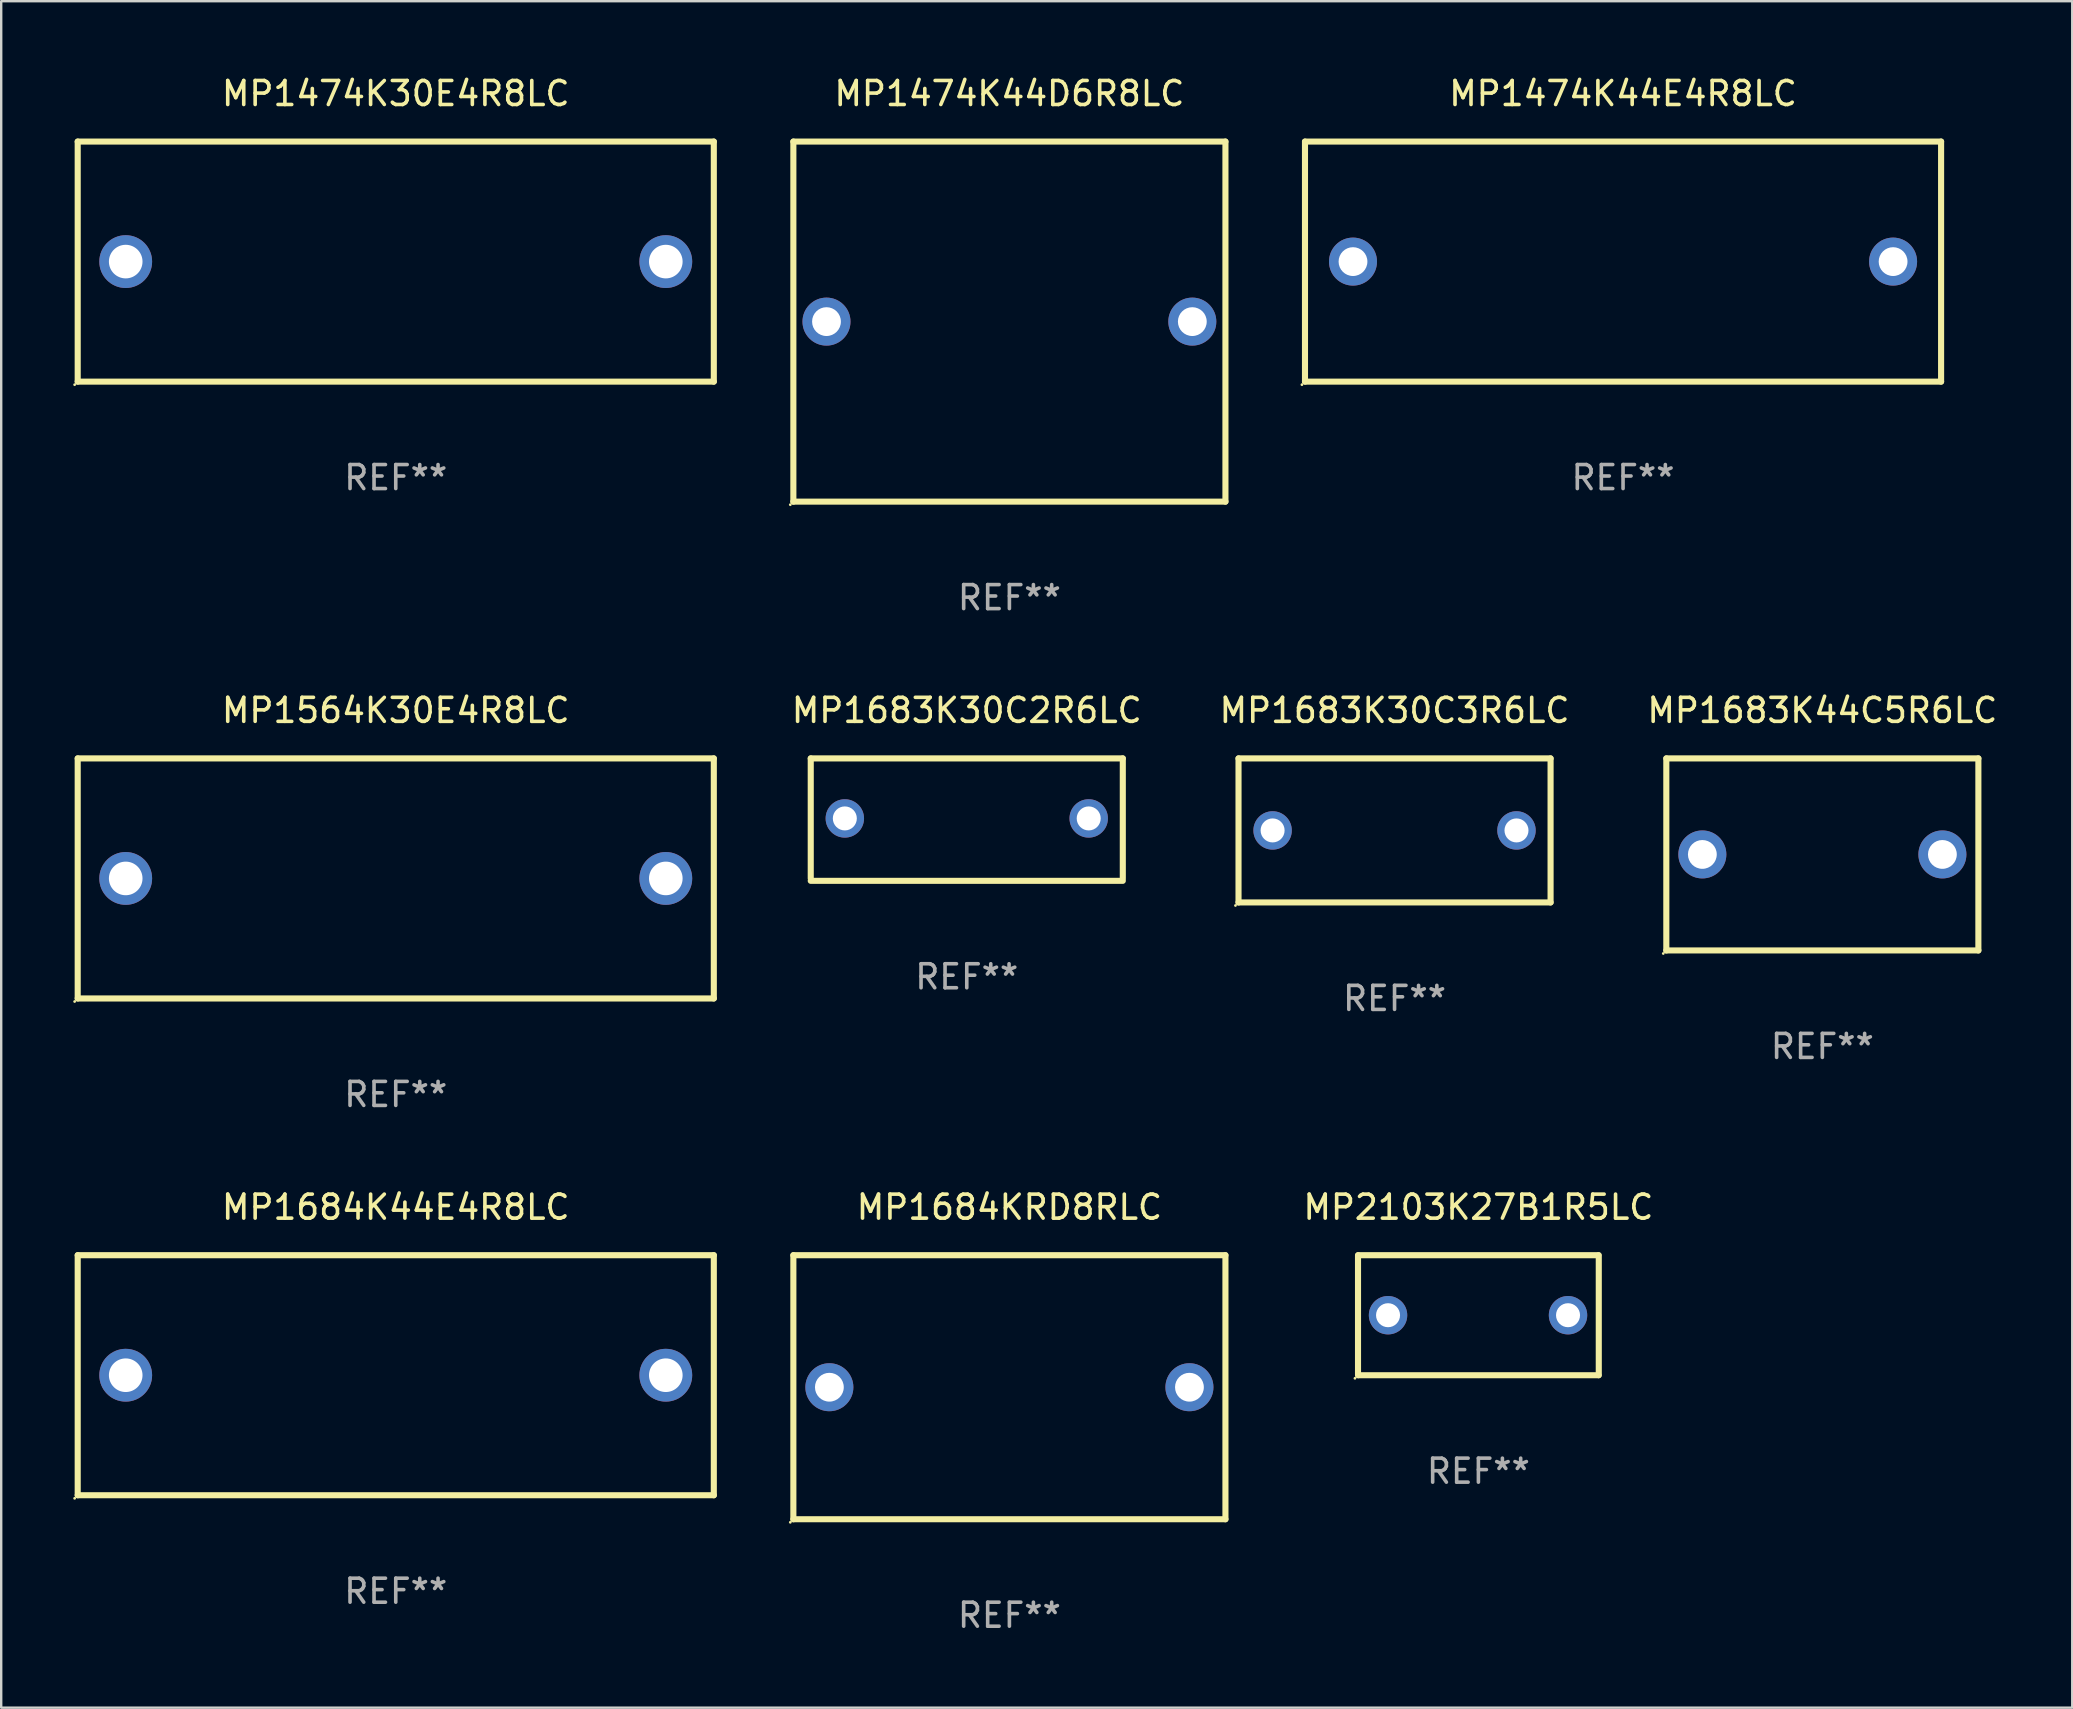
<source format=kicad_pcb>
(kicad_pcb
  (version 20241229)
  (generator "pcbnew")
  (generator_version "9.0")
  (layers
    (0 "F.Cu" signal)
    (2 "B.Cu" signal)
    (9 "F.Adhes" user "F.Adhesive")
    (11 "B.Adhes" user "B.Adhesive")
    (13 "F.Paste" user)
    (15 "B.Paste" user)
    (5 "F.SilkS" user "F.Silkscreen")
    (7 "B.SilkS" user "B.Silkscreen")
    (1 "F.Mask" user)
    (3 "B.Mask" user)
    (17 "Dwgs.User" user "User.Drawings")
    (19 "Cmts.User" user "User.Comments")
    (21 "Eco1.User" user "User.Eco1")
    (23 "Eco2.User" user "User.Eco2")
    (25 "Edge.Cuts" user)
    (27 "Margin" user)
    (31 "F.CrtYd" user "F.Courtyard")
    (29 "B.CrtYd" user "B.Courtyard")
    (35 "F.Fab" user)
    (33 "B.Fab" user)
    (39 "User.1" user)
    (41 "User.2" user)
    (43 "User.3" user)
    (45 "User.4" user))
  (footprint "MP1684K44E4R8LC"
    (layer "F.Cu")
    (at 13.437 54.241)
    (property "Reference" "MP1684K44E4R8LC" (at 0 -7 0) (layer "F.SilkS") (effects (font (size 1 1) (thickness 0.15))))
    (attr through_hole)
    (fp_line (start -13.25 -5) (end 13.25 -5) (stroke (width 0.254) (type solid)) (layer "F.SilkS"))
    (fp_line (start -13.25 5) (end -13.25 -5) (stroke (width 0.254) (type solid)) (layer "F.SilkS"))
    (fp_line (start 13.25 -5) (end 13.25 5) (stroke (width 0.254) (type solid)) (layer "F.SilkS"))
    (fp_line (start 13.25 5) (end -13.25 5) (stroke (width 0.254) (type solid)) (layer "F.SilkS"))
    (fp_circle (center -13.377 5.127) (end -13.347 5.127) (stroke (width 0.06) (type solid)) (fill no) (layer "F.SilkS"))
    (fp_text user "REF**" (at 0 9 0) (layer "F.Fab") (effects (font (size 1 1) (thickness 0.15))))
    (pad "1" thru_hole circle (at -11.25 0) (size 2.2 2.2) (drill 1.4) (layers "*.Cu" "*.Mask"))
    (pad "2" thru_hole circle (at 11.25 0) (size 2.2 2.2) (drill 1.4) (layers "*.Cu" "*.Mask")))
  (footprint "MP1474K44E4R8LC"
    (layer "F.Cu")
    (at 64.565 7.848)
    (property "Reference" "MP1474K44E4R8LC" (at 0 -7 0) (layer "F.SilkS") (effects (font (size 1 1) (thickness 0.15))))
    (attr through_hole)
    (fp_line (start -13.25 -5) (end 13.25 -5) (stroke (width 0.254) (type solid)) (layer "F.SilkS"))
    (fp_line (start -13.25 5) (end -13.25 -5) (stroke (width 0.254) (type solid)) (layer "F.SilkS"))
    (fp_line (start 13.25 -5) (end 13.25 5) (stroke (width 0.254) (type solid)) (layer "F.SilkS"))
    (fp_line (start 13.25 5) (end -13.25 5) (stroke (width 0.254) (type solid)) (layer "F.SilkS"))
    (fp_circle (center -13.377 5.127) (end -13.347 5.127) (stroke (width 0.06) (type solid)) (fill no) (layer "F.SilkS"))
    (fp_text user "REF**" (at 0 9 0) (layer "F.Fab") (effects (font (size 1 1) (thickness 0.15))))
    (pad "1" thru_hole circle (at -11.25 0) (size 2 2) (drill 1.2) (layers "*.Cu" "*.Mask"))
    (pad "2" thru_hole circle (at 11.25 0) (size 2 2) (drill 1.2) (layers "*.Cu" "*.Mask")))
  (footprint "MP1684KRD8RLC"
    (layer "F.Cu")
    (at 39.001 54.741)
    (property "Reference" "MP1684KRD8RLC" (at 0 -7.5 0) (layer "F.SilkS") (effects (font (size 1 1) (thickness 0.15))))
    (attr through_hole)
    (fp_line (start -9 -5.5) (end 9 -5.5) (stroke (width 0.254) (type solid)) (layer "F.SilkS"))
    (fp_line (start -9 5.5) (end -9 -5.5) (stroke (width 0.254) (type solid)) (layer "F.SilkS"))
    (fp_line (start 9 -5.5) (end 9 5.5) (stroke (width 0.254) (type solid)) (layer "F.SilkS"))
    (fp_line (start 9 5.5) (end -9 5.5) (stroke (width 0.254) (type solid)) (layer "F.SilkS"))
    (fp_circle (center -9.127 5.627) (end -9.097 5.627) (stroke (width 0.06) (type solid)) (fill no) (layer "F.SilkS"))
    (fp_text user "REF**" (at 0 9.5 0) (layer "F.Fab") (effects (font (size 1 1) (thickness 0.15))))
    (pad "1" thru_hole circle (at -7.5 0) (size 2 2) (drill 1.2) (layers "*.Cu" "*.Mask"))
    (pad "2" thru_hole circle (at 7.5 0) (size 2 2) (drill 1.2) (layers "*.Cu" "*.Mask")))
  (footprint "MP2103K27B1R5LC"
    (layer "F.Cu")
    (at 58.539 51.741)
    (property "Reference" "MP2103K27B1R5LC" (at 0 -4.5 0) (layer "F.SilkS") (effects (font (size 1 1) (thickness 0.15))))
    (attr through_hole)
    (fp_line (start -5.015 2.5) (end -5.015 -2.5) (stroke (width 0.254) (type solid)) (layer "F.SilkS"))
    (fp_line (start -5.005 -2.5) (end 4.995 -2.5) (stroke (width 0.254) (type solid)) (layer "F.SilkS"))
    (fp_line (start 5.005 2.5) (end -4.995 2.5) (stroke (width 0.254) (type solid)) (layer "F.SilkS"))
    (fp_line (start 5.015 -2.5) (end 5.015 2.5) (stroke (width 0.254) (type solid)) (layer "F.SilkS"))
    (fp_circle (center -5.142 2.627) (end -5.112 2.627) (stroke (width 0.06) (type solid)) (fill no) (layer "F.SilkS"))
    (fp_text user "REF**" (at 0 6.5 0) (layer "F.Fab") (effects (font (size 1 1) (thickness 0.15))))
    (pad "1" thru_hole circle (at -3.764 0) (size 1.6 1.6) (drill 1) (layers "*.Cu" "*.Mask"))
    (pad "2" thru_hole circle (at 3.734 0) (size 1.6 1.6) (drill 1) (layers "*.Cu" "*.Mask")))
  (footprint "MP1683K30C3R6LC"
    (layer "F.Cu")
    (at 55.046 31.545)
    (property "Reference" "MP1683K30C3R6LC" (at 0 -5 0) (layer "F.SilkS") (effects (font (size 1 1) (thickness 0.15))))
    (attr through_hole)
    (fp_line (start -6.5 -3) (end 6.5 -3) (stroke (width 0.254) (type solid)) (layer "F.SilkS"))
    (fp_line (start -6.5 3) (end -6.5 -3) (stroke (width 0.254) (type solid)) (layer "F.SilkS"))
    (fp_line (start 6.5 -3) (end 6.5 3) (stroke (width 0.254) (type solid)) (layer "F.SilkS"))
    (fp_line (start 6.5 3) (end -6.5 3) (stroke (width 0.254) (type solid)) (layer "F.SilkS"))
    (fp_circle (center -6.627 3.127) (end -6.597 3.127) (stroke (width 0.06) (type solid)) (fill no) (layer "F.SilkS"))
    (fp_text user "REF**" (at 0 7 0) (layer "F.Fab") (effects (font (size 1 1) (thickness 0.15))))
    (pad "1" thru_hole circle (at -5.08 0) (size 1.6 1.6) (drill 1) (layers "*.Cu" "*.Mask"))
    (pad "2" thru_hole circle (at 5.08 0) (size 1.6 1.6) (drill 1) (layers "*.Cu" "*.Mask")))
  (footprint "MP1683K44C5R6LC"
    (layer "F.Cu")
    (at 72.868 32.545)
    (property "Reference" "MP1683K44C5R6LC" (at 0 -6 0) (layer "F.SilkS") (effects (font (size 1 1) (thickness 0.15))))
    (attr through_hole)
    (fp_line (start -6.5 -4) (end -6.5 4) (stroke (width 0.254) (type solid)) (layer "F.SilkS"))
    (fp_line (start -6.5 -4) (end 6.5 -4) (stroke (width 0.254) (type solid)) (layer "F.SilkS"))
    (fp_line (start 6.5 4) (end -6.5 4) (stroke (width 0.254) (type solid)) (layer "F.SilkS"))
    (fp_line (start 6.5 4) (end 6.5 -4) (stroke (width 0.254) (type solid)) (layer "F.SilkS"))
    (fp_circle (center -6.627 4.127) (end -6.597 4.127) (stroke (width 0.06) (type solid)) (fill no) (layer "F.SilkS"))
    (fp_text user "REF**" (at 0 8 0) (layer "F.Fab") (effects (font (size 1 1) (thickness 0.15))))
    (pad "1" thru_hole circle (at -4.999 0) (size 2 2) (drill 1.2) (layers "*.Cu" "*.Mask"))
    (pad "2" thru_hole circle (at 5.001 0) (size 2 2) (drill 1.2) (layers "*.Cu" "*.Mask")))
  (footprint "MP1474K30E4R8LC"
    (layer "F.Cu")
    (at 13.437 7.848)
    (property "Reference" "MP1474K30E4R8LC" (at 0 -7 0) (layer "F.SilkS") (effects (font (size 1 1) (thickness 0.15))))
    (attr through_hole)
    (fp_line (start -13.25 -5) (end 13.25 -5) (stroke (width 0.254) (type solid)) (layer "F.SilkS"))
    (fp_line (start -13.25 5) (end -13.25 -5) (stroke (width 0.254) (type solid)) (layer "F.SilkS"))
    (fp_line (start 13.25 -5) (end 13.25 5) (stroke (width 0.254) (type solid)) (layer "F.SilkS"))
    (fp_line (start 13.25 5) (end -13.25 5) (stroke (width 0.254) (type solid)) (layer "F.SilkS"))
    (fp_circle (center -13.377 5.127) (end -13.347 5.127) (stroke (width 0.06) (type solid)) (fill no) (layer "F.SilkS"))
    (fp_text user "REF**" (at 0 9 0) (layer "F.Fab") (effects (font (size 1 1) (thickness 0.15))))
    (pad "1" thru_hole circle (at -11.25 0) (size 2.2 2.2) (drill 1.4) (layers "*.Cu" "*.Mask"))
    (pad "2" thru_hole circle (at 11.25 0) (size 2.2 2.2) (drill 1.4) (layers "*.Cu" "*.Mask")))
  (footprint "MP1683K30C2R6LC"
    (layer "F.Cu")
    (at 37.225 31.095)
    (property "Reference" "MP1683K30C2R6LC" (at 0 -4.55 0) (layer "F.SilkS") (effects (font (size 1 1) (thickness 0.15))))
    (attr through_hole)
    (fp_line (start -6.5 -2.55) (end 6.5 -2.55) (stroke (width 0.254) (type solid)) (layer "F.SilkS"))
    (fp_line (start -6.5 2.45) (end -6.5 -2.55) (stroke (width 0.254) (type solid)) (layer "F.SilkS"))
    (fp_line (start 6.5 -2.55) (end 6.5 2.45) (stroke (width 0.254) (type solid)) (layer "F.SilkS"))
    (fp_line (start 6.5 2.55) (end -6.5 2.55) (stroke (width 0.254) (type solid)) (layer "F.SilkS"))
    (fp_circle (center -6.5 2.45) (end -6.47 2.45) (stroke (width 0.06) (type solid)) (fill no) (layer "F.SilkS"))
    (fp_text user "REF**" (at 0 6.55 0) (layer "F.Fab") (effects (font (size 1 1) (thickness 0.15))))
    (pad "1" thru_hole circle (at -5.08 -0.05) (size 1.6 1.6) (drill 1) (layers "*.Cu" "*.Mask"))
    (pad "2" thru_hole circle (at 5.08 -0.05) (size 1.6 1.6) (drill 1) (layers "*.Cu" "*.Mask")))
  (footprint "MP1564K30E4R8LC"
    (layer "F.Cu")
    (at 13.437 33.545)
    (property "Reference" "MP1564K30E4R8LC" (at 0 -7 0) (layer "F.SilkS") (effects (font (size 1 1) (thickness 0.15))))
    (attr through_hole)
    (fp_line (start -13.25 -5) (end 13.25 -5) (stroke (width 0.254) (type solid)) (layer "F.SilkS"))
    (fp_line (start -13.25 5) (end -13.25 -5) (stroke (width 0.254) (type solid)) (layer "F.SilkS"))
    (fp_line (start 13.25 -5) (end 13.25 5) (stroke (width 0.254) (type solid)) (layer "F.SilkS"))
    (fp_line (start 13.25 5) (end -13.25 5) (stroke (width 0.254) (type solid)) (layer "F.SilkS"))
    (fp_circle (center -13.377 5.127) (end -13.347 5.127) (stroke (width 0.06) (type solid)) (fill no) (layer "F.SilkS"))
    (fp_text user "REF**" (at 0 9 0) (layer "F.Fab") (effects (font (size 1 1) (thickness 0.15))))
    (pad "1" thru_hole circle (at -11.25 0) (size 2.2 2.2) (drill 1.4) (layers "*.Cu" "*.Mask"))
    (pad "2" thru_hole circle (at 11.25 0) (size 2.2 2.2) (drill 1.4) (layers "*.Cu" "*.Mask")))
  (footprint "MP1474K44D6R8LC"
    (layer "F.Cu")
    (at 39.001 10.348)
    (property "Reference" "MP1474K44D6R8LC" (at 0 -9.5 0) (layer "F.SilkS") (effects (font (size 1 1) (thickness 0.15))))
    (attr through_hole)
    (fp_line (start -9 -7.5) (end 9 -7.5) (stroke (width 0.254) (type solid)) (layer "F.SilkS"))
    (fp_line (start -9 7.5) (end -9 -7.5) (stroke (width 0.254) (type solid)) (layer "F.SilkS"))
    (fp_line (start -9 7.5) (end 9 7.5) (stroke (width 0.254) (type solid)) (layer "F.SilkS"))
    (fp_line (start 9 -7.5) (end 9 7.5) (stroke (width 0.254) (type solid)) (layer "F.SilkS"))
    (fp_circle (center -9.127 7.627) (end -9.097 7.627) (stroke (width 0.06) (type solid)) (fill no) (layer "F.SilkS"))
    (fp_text user "REF**" (at 0 11.5 0) (layer "F.Fab") (effects (font (size 1 1) (thickness 0.15))))
    (pad "1" thru_hole circle (at -7.62 0) (size 2 2) (drill 1.2) (layers "*.Cu" "*.Mask"))
    (pad "2" thru_hole circle (at 7.62 0) (size 2 2) (drill 1.2) (layers "*.Cu" "*.Mask")))
  (gr_rect
    (start -3 -3)
    (end 83.278 68.09)
    (stroke (width 0.1) (type default))
    (fill no)
    (layer "Edge.Cuts")))
</source>
